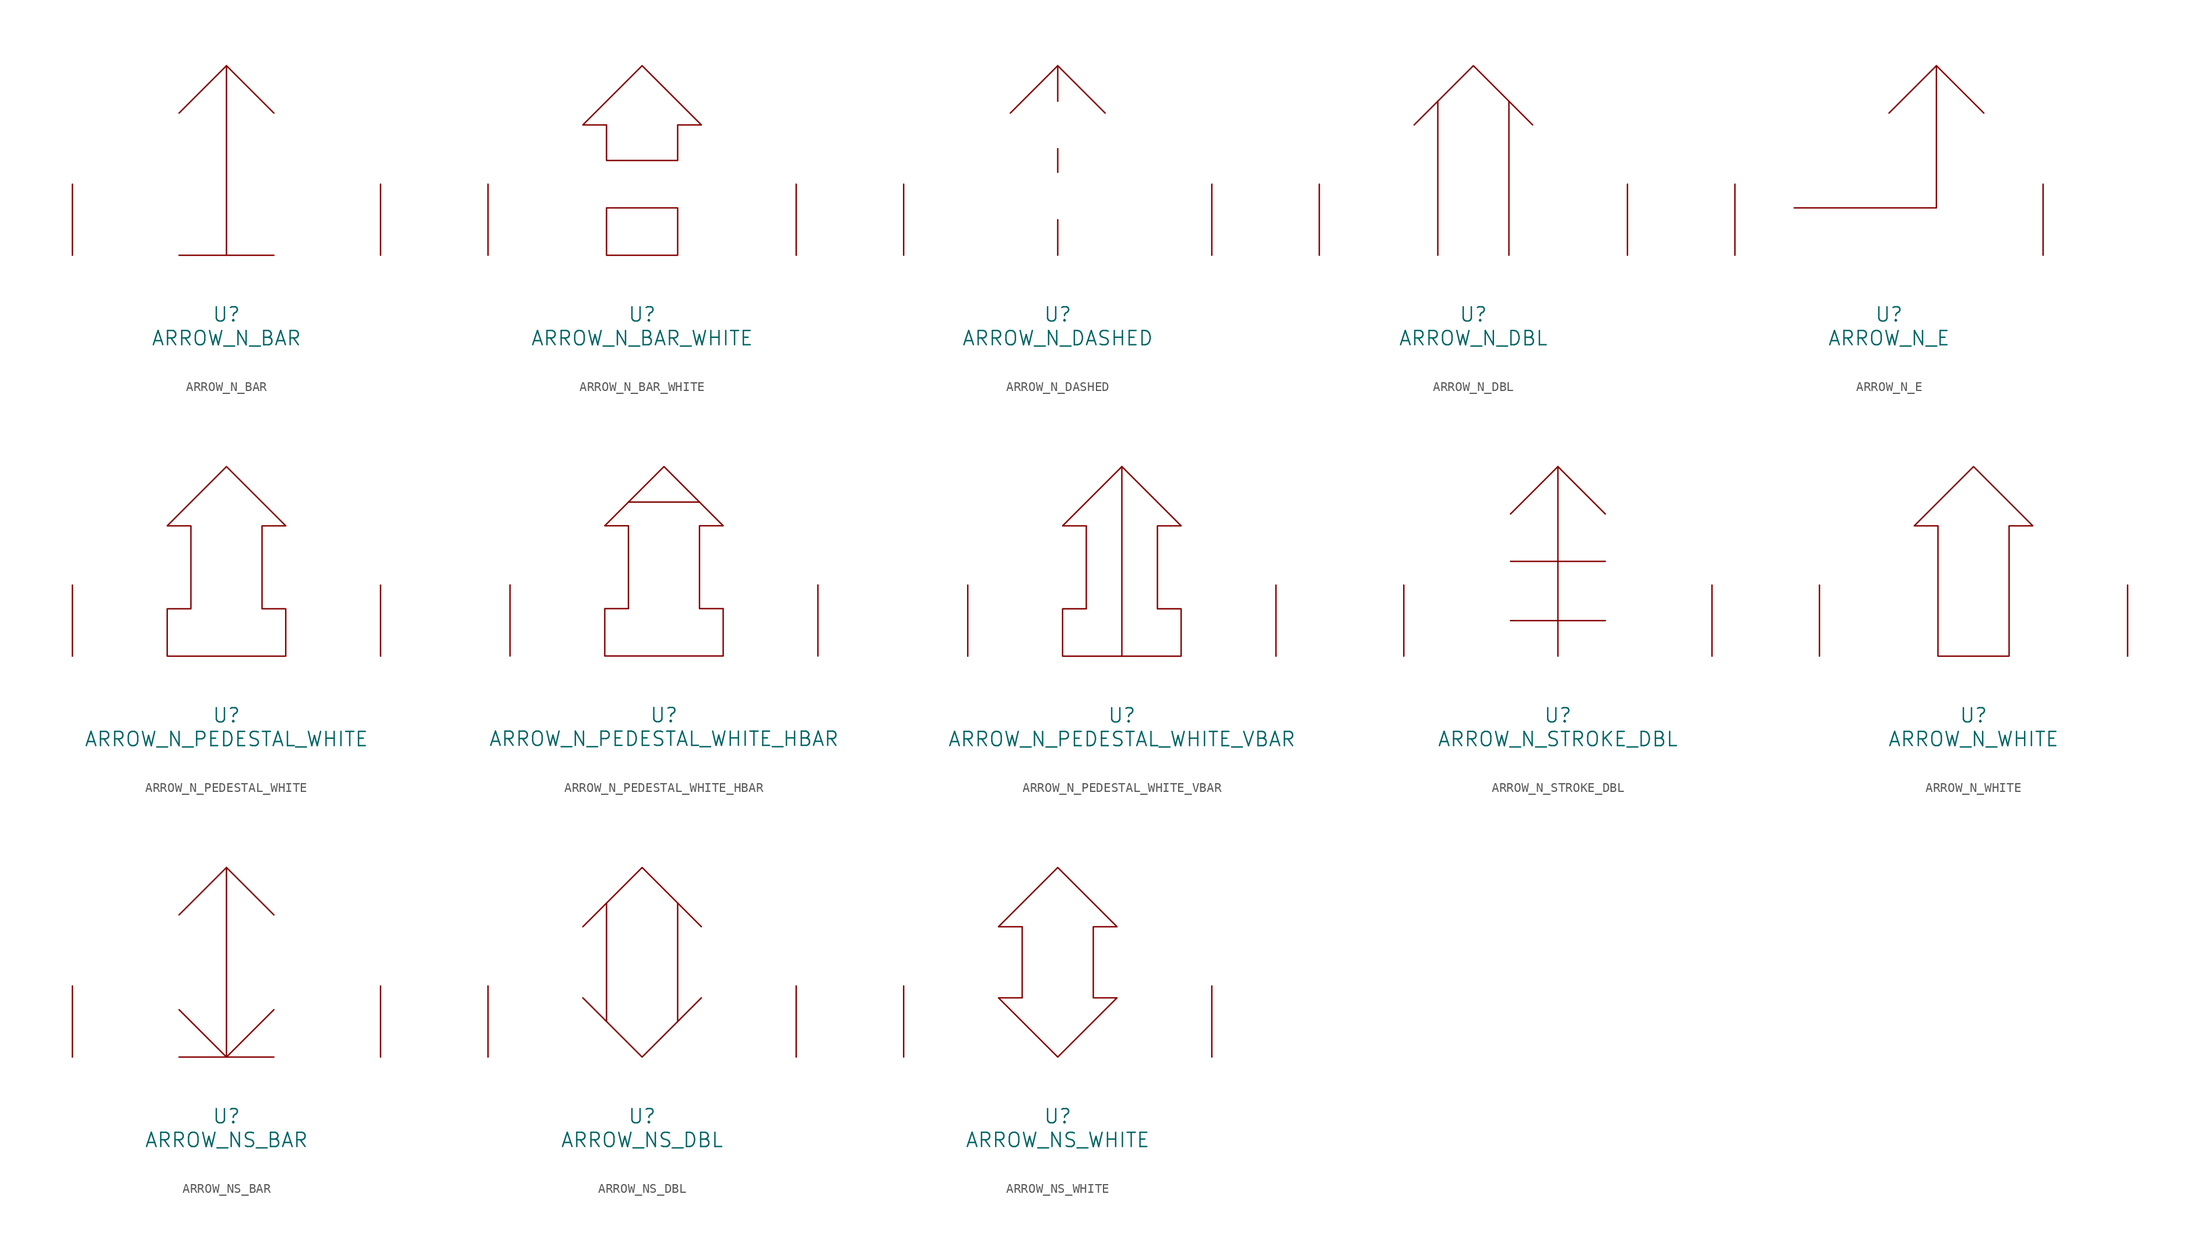
<source format=kicad_sym>
(kicad_symbol_lib
  (version 20220914)
  (generator font_lib2sym)
  (symbol "ARROW_N_BAR"
    (pin_names
      (offset 1.016))
    (property "Reference" "U"
      (at 0 -6.35 0)
      (effects (font (size 1.524 1.524))))
    (property "Value" "ARROW_N_BAR"
      (at 0 -8.89 0)
      (effects (font (size 1.524 1.524))))
    (symbol "ARROW_N_BAR_0_1"
      (polyline (pts (xy 0 0) (xy 0 20.32)) (stroke (width 0) (type solid)) (fill (type none)))
      (polyline (pts (xy 5.08 0) (xy -5.08 0)) (stroke (width 0) (type solid)) (fill (type none)))
      (polyline (pts (xy -5.08 15.24) (xy 0 20.32) (xy 5.08 15.24)) (stroke (width 0) (type solid)) (fill (type none)))
      (pin input line (at -16.51 0 90) (length 7.62) (name "~" (effects (font (size 1.27 1.27)))) (number "~" (effects (font (size 1.27 1.27)))))
      (pin input line (at 16.51 0 90) (length 7.62) (name "~" (effects (font (size 1.27 1.27)))) (number "~" (effects (font (size 1.27 1.27)))))))
  (symbol "ARROW_N_BAR_WHITE"
    (pin_names
      (offset 1.016))
    (property "Reference" "U"
      (at 0 -6.35 0)
      (effects (font (size 1.524 1.524))))
    (property "Value" "ARROW_N_BAR_WHITE"
      (at 0 -8.89 0)
      (effects (font (size 1.524 1.524))))
    (symbol "ARROW_N_BAR_WHITE_0_1"
      (polyline (pts (xy 3.81 0) (xy -3.81 0) (xy -3.81 5.08) (xy 3.81 5.08) (xy 3.81 0)) (stroke (width 0) (type solid)) (fill (type none)))
      (polyline (pts (xy 3.81 10.16) (xy -3.81 10.16) (xy -3.81 13.97) (xy -6.35 13.97) (xy 0 20.32) (xy 6.35 13.97) (xy 3.81 13.97) (xy 3.81 10.16)) (stroke (width 0) (type solid)) (fill (type none)))
      (pin input line (at -16.51 0 90) (length 7.62) (name "~" (effects (font (size 1.27 1.27)))) (number "~" (effects (font (size 1.27 1.27)))))
      (pin input line (at 16.51 0 90) (length 7.62) (name "~" (effects (font (size 1.27 1.27)))) (number "~" (effects (font (size 1.27 1.27)))))))
  (symbol "ARROW_N_DASHED"
    (pin_names
      (offset 1.016))
    (property "Reference" "U"
      (at 0 -6.35 0)
      (effects (font (size 1.524 1.524))))
    (property "Value" "ARROW_N_DASHED"
      (at 0 -8.89 0)
      (effects (font (size 1.524 1.524))))
    (symbol "ARROW_N_DASHED_0_1"
      (polyline (pts (xy 0 0) (xy 0 3.81)) (stroke (width 0) (type solid)) (fill (type none)))
      (polyline (pts (xy 0 8.89) (xy 0 11.43)) (stroke (width 0) (type solid)) (fill (type none)))
      (polyline (pts (xy 0 16.51) (xy 0 20.32)) (stroke (width 0) (type solid)) (fill (type none)))
      (polyline (pts (xy -5.08 15.24) (xy 0 20.32) (xy 5.08 15.24)) (stroke (width 0) (type solid)) (fill (type none)))
      (pin input line (at -16.51 0 90) (length 7.62) (name "~" (effects (font (size 1.27 1.27)))) (number "~" (effects (font (size 1.27 1.27)))))
      (pin input line (at 16.51 0 90) (length 7.62) (name "~" (effects (font (size 1.27 1.27)))) (number "~" (effects (font (size 1.27 1.27)))))))
  (symbol "ARROW_N_DBL"
    (pin_names
      (offset 1.016))
    (property "Reference" "U"
      (at 0 -6.35 0)
      (effects (font (size 1.524 1.524))))
    (property "Value" "ARROW_N_DBL"
      (at 0 -8.89 0)
      (effects (font (size 1.524 1.524))))
    (symbol "ARROW_N_DBL_0_1"
      (polyline (pts (xy -3.81 16.51) (xy -3.81 0)) (stroke (width 0) (type solid)) (fill (type none)))
      (polyline (pts (xy 3.81 16.51) (xy 3.81 0)) (stroke (width 0) (type solid)) (fill (type none)))
      (polyline (pts (xy 6.35 13.97) (xy 0 20.32) (xy -6.35 13.97)) (stroke (width 0) (type solid)) (fill (type none)))
      (pin input line (at -16.51 0 90) (length 7.62) (name "~" (effects (font (size 1.27 1.27)))) (number "~" (effects (font (size 1.27 1.27)))))
      (pin input line (at 16.51 0 90) (length 7.62) (name "~" (effects (font (size 1.27 1.27)))) (number "~" (effects (font (size 1.27 1.27)))))))
  (symbol "ARROW_N_E"
    (pin_names
      (offset 1.016))
    (property "Reference" "U"
      (at 0 -6.35 0)
      (effects (font (size 1.524 1.524))))
    (property "Value" "ARROW_N_E"
      (at 0 -8.89 0)
      (effects (font (size 1.524 1.524))))
    (symbol "ARROW_N_E_0_1"
      (polyline (pts (xy -10.16 5.08) (xy 5.08 5.08) (xy 5.08 20.32)) (stroke (width 0) (type solid)) (fill (type none)))
      (polyline (pts (xy 10.16 15.24) (xy 5.08 20.32) (xy 0 15.24)) (stroke (width 0) (type solid)) (fill (type none)))
      (pin input line (at -16.51 0 90) (length 7.62) (name "~" (effects (font (size 1.27 1.27)))) (number "~" (effects (font (size 1.27 1.27)))))
      (pin input line (at 16.51 0 90) (length 7.62) (name "~" (effects (font (size 1.27 1.27)))) (number "~" (effects (font (size 1.27 1.27)))))))
  (symbol "ARROW_N_PEDESTAL_WHITE"
    (pin_names
      (offset 1.016))
    (property "Reference" "U"
      (at 0 -6.35 0)
      (effects (font (size 1.524 1.524))))
    (property "Value" "ARROW_N_PEDESTAL_WHITE"
      (at 0 -8.89 0)
      (effects (font (size 1.524 1.524))))
    (symbol "ARROW_N_PEDESTAL_WHITE_0_1"
      (polyline (pts (xy 6.35 0) (xy -6.35 0) (xy -6.35 5.08) (xy -3.81 5.08) (xy -3.81 13.97) (xy -6.35 13.97) (xy 0 20.32) (xy 6.35 13.97) (xy 3.81 13.97) (xy 3.81 5.08) (xy 6.35 5.08) (xy 6.35 0)) (stroke (width 0) (type solid)) (fill (type none)))
      (pin input line (at -16.51 0 90) (length 7.62) (name "~" (effects (font (size 1.27 1.27)))) (number "~" (effects (font (size 1.27 1.27)))))
      (pin input line (at 16.51 0 90) (length 7.62) (name "~" (effects (font (size 1.27 1.27)))) (number "~" (effects (font (size 1.27 1.27)))))))
  (symbol "ARROW_N_PEDESTAL_WHITE_HBAR"
    (pin_names
      (offset 1.016))
    (property "Reference" "U"
      (at 0 -6.35 0)
      (effects (font (size 1.524 1.524))))
    (property "Value" "ARROW_N_PEDESTAL_WHITE_HBAR"
      (at 0 -8.89 0)
      (effects (font (size 1.524 1.524))))
    (symbol "ARROW_N_PEDESTAL_WHITE_HBAR_0_1"
      (polyline (pts (xy -3.81 16.51) (xy 3.81 16.51)) (stroke (width 0) (type solid)) (fill (type none)))
      (polyline (pts (xy 6.35 0) (xy -6.35 0) (xy -6.35 5.08) (xy -3.81 5.08) (xy -3.81 13.97) (xy -6.35 13.97) (xy 0 20.32) (xy 6.35 13.97) (xy 3.81 13.97) (xy 3.81 5.08) (xy 6.35 5.08) (xy 6.35 0)) (stroke (width 0) (type solid)) (fill (type none)))
      (pin input line (at -16.51 0 90) (length 7.62) (name "~" (effects (font (size 1.27 1.27)))) (number "~" (effects (font (size 1.27 1.27)))))
      (pin input line (at 16.51 0 90) (length 7.62) (name "~" (effects (font (size 1.27 1.27)))) (number "~" (effects (font (size 1.27 1.27)))))))
  (symbol "ARROW_N_PEDESTAL_WHITE_VBAR"
    (pin_names
      (offset 1.016))
    (property "Reference" "U"
      (at 0 -6.35 0)
      (effects (font (size 1.524 1.524))))
    (property "Value" "ARROW_N_PEDESTAL_WHITE_VBAR"
      (at 0 -8.89 0)
      (effects (font (size 1.524 1.524))))
    (symbol "ARROW_N_PEDESTAL_WHITE_VBAR_0_1"
      (polyline (pts (xy 0 20.32) (xy 0 0)) (stroke (width 0) (type solid)) (fill (type none)))
      (polyline (pts (xy 6.35 0) (xy -6.35 0) (xy -6.35 5.08) (xy -3.81 5.08) (xy -3.81 13.97) (xy -6.35 13.97) (xy 0 20.32) (xy 6.35 13.97) (xy 3.81 13.97) (xy 3.81 5.08) (xy 6.35 5.08) (xy 6.35 0)) (stroke (width 0) (type solid)) (fill (type none)))
      (pin input line (at -16.51 0 90) (length 7.62) (name "~" (effects (font (size 1.27 1.27)))) (number "~" (effects (font (size 1.27 1.27)))))
      (pin input line (at 16.51 0 90) (length 7.62) (name "~" (effects (font (size 1.27 1.27)))) (number "~" (effects (font (size 1.27 1.27)))))))
  (symbol "ARROW_N_STROKE_DBL"
    (pin_names
      (offset 1.016))
    (property "Reference" "U"
      (at 0 -6.35 0)
      (effects (font (size 1.524 1.524))))
    (property "Value" "ARROW_N_STROKE_DBL"
      (at 0 -8.89 0)
      (effects (font (size 1.524 1.524))))
    (symbol "ARROW_N_STROKE_DBL_0_1"
      (polyline (pts (xy -5.08 3.81) (xy 5.08 3.81)) (stroke (width 0) (type solid)) (fill (type none)))
      (polyline (pts (xy -5.08 10.16) (xy 5.08 10.16)) (stroke (width 0) (type solid)) (fill (type none)))
      (polyline (pts (xy 0 0) (xy 0 20.32)) (stroke (width 0) (type solid)) (fill (type none)))
      (polyline (pts (xy -5.08 15.24) (xy 0 20.32) (xy 5.08 15.24)) (stroke (width 0) (type solid)) (fill (type none)))
      (pin input line (at -16.51 0 90) (length 7.62) (name "~" (effects (font (size 1.27 1.27)))) (number "~" (effects (font (size 1.27 1.27)))))
      (pin input line (at 16.51 0 90) (length 7.62) (name "~" (effects (font (size 1.27 1.27)))) (number "~" (effects (font (size 1.27 1.27)))))))
  (symbol "ARROW_N_WHITE"
    (pin_names
      (offset 1.016))
    (property "Reference" "U"
      (at 0 -6.35 0)
      (effects (font (size 1.524 1.524))))
    (property "Value" "ARROW_N_WHITE"
      (at 0 -8.89 0)
      (effects (font (size 1.524 1.524))))
    (symbol "ARROW_N_WHITE_0_1"
      (polyline (pts (xy 3.81 0) (xy -3.81 0) (xy -3.81 13.97) (xy -6.35 13.97) (xy 0 20.32) (xy 6.35 13.97) (xy 3.81 13.97) (xy 3.81 0)) (stroke (width 0) (type solid)) (fill (type none)))
      (pin input line (at -16.51 0 90) (length 7.62) (name "~" (effects (font (size 1.27 1.27)))) (number "~" (effects (font (size 1.27 1.27)))))
      (pin input line (at 16.51 0 90) (length 7.62) (name "~" (effects (font (size 1.27 1.27)))) (number "~" (effects (font (size 1.27 1.27)))))))
  (symbol "ARROW_NS_BAR"
    (pin_names
      (offset 1.016))
    (property "Reference" "U"
      (at 0 -6.35 0)
      (effects (font (size 1.524 1.524))))
    (property "Value" "ARROW_NS_BAR"
      (at 0 -8.89 0)
      (effects (font (size 1.524 1.524))))
    (symbol "ARROW_NS_BAR_0_1"
      (polyline (pts (xy -5.08 0) (xy 5.08 0)) (stroke (width 0) (type solid)) (fill (type none)))
      (polyline (pts (xy 0 0) (xy 0 20.32)) (stroke (width 0) (type solid)) (fill (type none)))
      (polyline (pts (xy -5.08 5.08) (xy 0 0) (xy 5.08 5.08)) (stroke (width 0) (type solid)) (fill (type none)))
      (polyline (pts (xy -5.08 15.24) (xy 0 20.32) (xy 5.08 15.24)) (stroke (width 0) (type solid)) (fill (type none)))
      (pin input line (at -16.51 0 90) (length 7.62) (name "~" (effects (font (size 1.27 1.27)))) (number "~" (effects (font (size 1.27 1.27)))))
      (pin input line (at 16.51 0 90) (length 7.62) (name "~" (effects (font (size 1.27 1.27)))) (number "~" (effects (font (size 1.27 1.27)))))))
  (symbol "ARROW_NS_DBL"
    (pin_names
      (offset 1.016))
    (property "Reference" "U"
      (at 0 -6.35 0)
      (effects (font (size 1.524 1.524))))
    (property "Value" "ARROW_NS_DBL"
      (at 0 -8.89 0)
      (effects (font (size 1.524 1.524))))
    (symbol "ARROW_NS_DBL_0_1"
      (polyline (pts (xy -3.81 3.81) (xy -3.81 16.51)) (stroke (width 0) (type solid)) (fill (type none)))
      (polyline (pts (xy 3.81 3.81) (xy 3.81 16.51)) (stroke (width 0) (type solid)) (fill (type none)))
      (polyline (pts (xy -6.35 6.35) (xy 0 0) (xy 6.35 6.35)) (stroke (width 0) (type solid)) (fill (type none)))
      (polyline (pts (xy 6.35 13.97) (xy 0 20.32) (xy -6.35 13.97)) (stroke (width 0) (type solid)) (fill (type none)))
      (pin input line (at -16.51 0 90) (length 7.62) (name "~" (effects (font (size 1.27 1.27)))) (number "~" (effects (font (size 1.27 1.27)))))
      (pin input line (at 16.51 0 90) (length 7.62) (name "~" (effects (font (size 1.27 1.27)))) (number "~" (effects (font (size 1.27 1.27)))))))
  (symbol "ARROW_NS_WHITE"
    (pin_names
      (offset 1.016))
    (property "Reference" "U"
      (at 0 -6.35 0)
      (effects (font (size 1.524 1.524))))
    (property "Value" "ARROW_NS_WHITE"
      (at 0 -8.89 0)
      (effects (font (size 1.524 1.524))))
    (symbol "ARROW_NS_WHITE_0_1"
      (polyline (pts (xy -6.35 13.97) (xy 0 20.32) (xy 6.35 13.97) (xy 3.81 13.97) (xy 3.81 6.35) (xy 6.35 6.35) (xy 0 0) (xy -6.35 6.35) (xy -3.81 6.35) (xy -3.81 13.97) (xy -6.35 13.97)) (stroke (width 0) (type solid)) (fill (type none)))
      (pin input line (at -16.51 0 90) (length 7.62) (name "~" (effects (font (size 1.27 1.27)))) (number "~" (effects (font (size 1.27 1.27)))))
      (pin input line (at 16.51 0 90) (length 7.62) (name "~" (effects (font (size 1.27 1.27)))) (number "~" (effects (font (size 1.27 1.27))))))))
</source>
